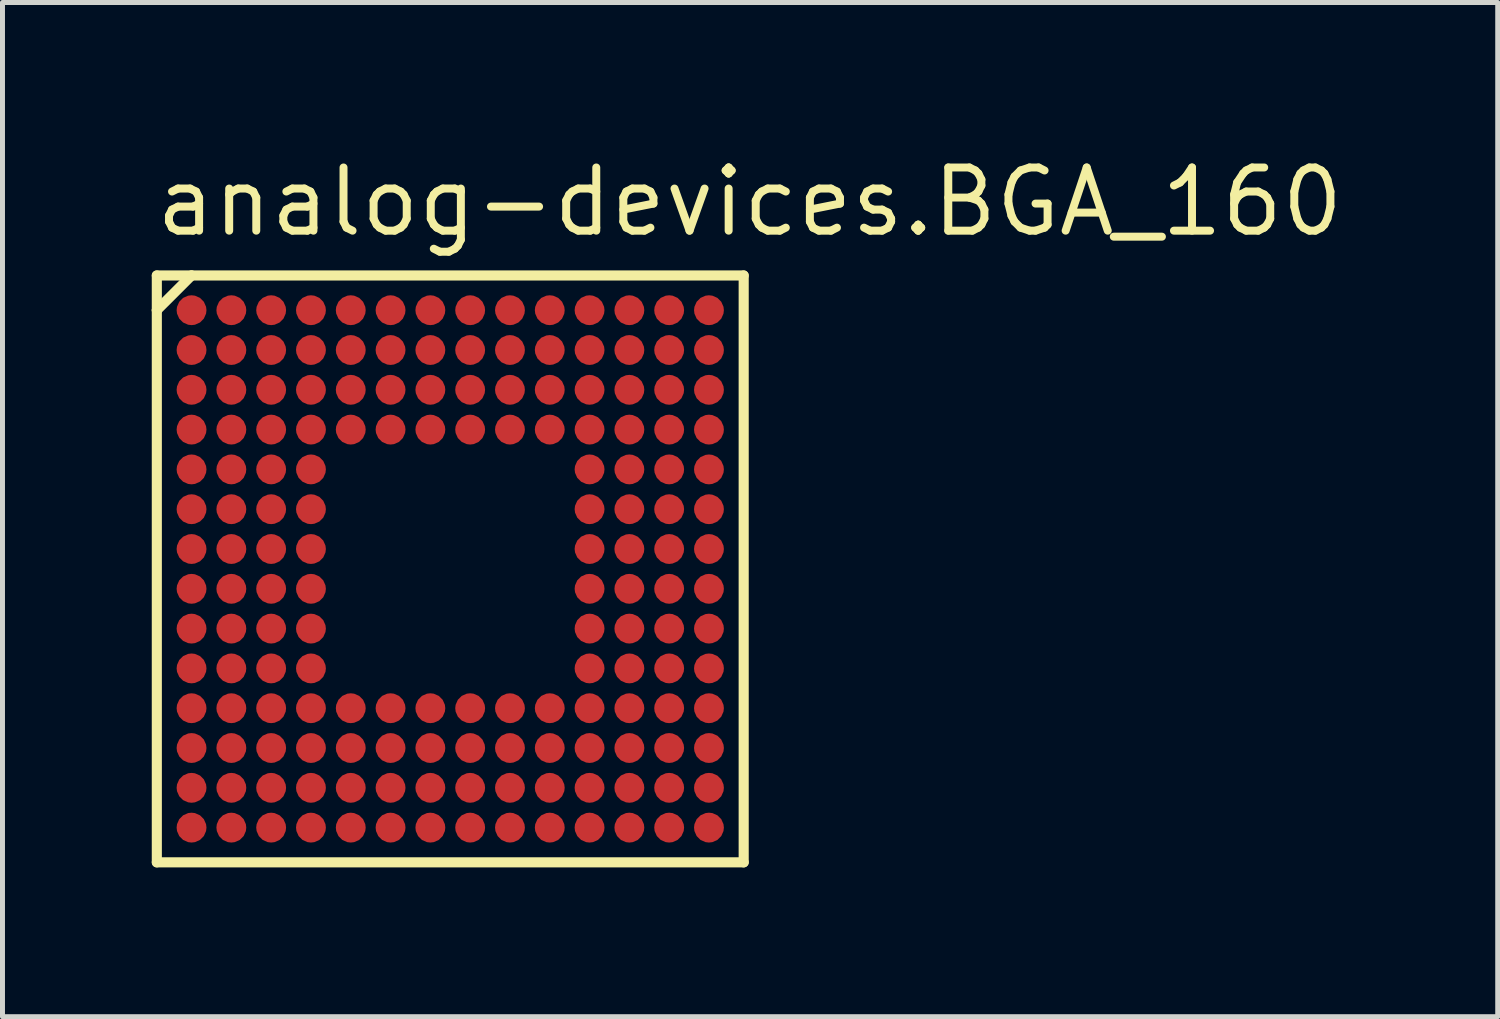
<source format=kicad_pcb>
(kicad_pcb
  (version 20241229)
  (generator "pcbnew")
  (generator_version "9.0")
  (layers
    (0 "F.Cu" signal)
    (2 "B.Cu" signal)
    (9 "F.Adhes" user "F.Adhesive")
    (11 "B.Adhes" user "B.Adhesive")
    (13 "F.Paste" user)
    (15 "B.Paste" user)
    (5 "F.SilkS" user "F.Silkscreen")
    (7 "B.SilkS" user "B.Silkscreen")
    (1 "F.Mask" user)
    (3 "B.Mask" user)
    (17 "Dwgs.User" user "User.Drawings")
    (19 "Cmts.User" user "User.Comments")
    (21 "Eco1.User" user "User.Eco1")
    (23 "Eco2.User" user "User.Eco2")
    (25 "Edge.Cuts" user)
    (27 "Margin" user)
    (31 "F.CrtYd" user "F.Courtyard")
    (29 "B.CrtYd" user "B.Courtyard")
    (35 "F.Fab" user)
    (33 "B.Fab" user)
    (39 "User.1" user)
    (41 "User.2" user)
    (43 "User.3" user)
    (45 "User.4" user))
  (footprint "analog-devices.BGA_160"
    (layer "F.Cu")
    (at 6 8.385)
    (property "Reference" "analog-devices.BGA_160" (at -6 -6.635 0) (layer "F.SilkS") (effects (font (size 1.27 1.27) (thickness 0.16)) (justify left bottom)))
    (attr smd)
    (fp_circle (center -5.2 -5.2) (end -4.9 -5.2) (stroke (width 0.1) (type default)) (fill no) (layer "F.Mask"))
    (fp_circle (center -5.2 -4.4) (end -4.9 -4.4) (stroke (width 0.1) (type default)) (fill no) (layer "F.Mask"))
    (fp_circle (center -5.2 -3.6) (end -4.9 -3.6) (stroke (width 0.1) (type default)) (fill no) (layer "F.Mask"))
    (fp_circle (center -5.2 -2.8) (end -4.9 -2.8) (stroke (width 0.1) (type default)) (fill no) (layer "F.Mask"))
    (fp_circle (center -5.2 -2) (end -4.9 -2) (stroke (width 0.1) (type default)) (fill no) (layer "F.Mask"))
    (fp_circle (center -5.2 -1.2) (end -4.9 -1.2) (stroke (width 0.1) (type default)) (fill no) (layer "F.Mask"))
    (fp_circle (center -5.2 -0.4) (end -4.9 -0.4) (stroke (width 0.1) (type default)) (fill no) (layer "F.Mask"))
    (fp_circle (center -5.2 0.4) (end -4.9 0.4) (stroke (width 0.1) (type default)) (fill no) (layer "F.Mask"))
    (fp_circle (center -5.2 1.2) (end -4.9 1.2) (stroke (width 0.1) (type default)) (fill no) (layer "F.Mask"))
    (fp_circle (center -5.2 2) (end -4.9 2) (stroke (width 0.1) (type default)) (fill no) (layer "F.Mask"))
    (fp_circle (center -5.2 2.8) (end -4.9 2.8) (stroke (width 0.1) (type default)) (fill no) (layer "F.Mask"))
    (fp_circle (center -5.2 3.6) (end -4.9 3.6) (stroke (width 0.1) (type default)) (fill no) (layer "F.Mask"))
    (fp_circle (center -5.2 4.4) (end -4.9 4.4) (stroke (width 0.1) (type default)) (fill no) (layer "F.Mask"))
    (fp_circle (center -5.2 5.2) (end -4.9 5.2) (stroke (width 0.1) (type default)) (fill no) (layer "F.Mask"))
    (fp_circle (center -4.4 -5.2) (end -4.1 -5.2) (stroke (width 0.1) (type default)) (fill no) (layer "F.Mask"))
    (fp_circle (center -4.4 -4.4) (end -4.1 -4.4) (stroke (width 0.1) (type default)) (fill no) (layer "F.Mask"))
    (fp_circle (center -4.4 -3.6) (end -4.1 -3.6) (stroke (width 0.1) (type default)) (fill no) (layer "F.Mask"))
    (fp_circle (center -4.4 -2.8) (end -4.1 -2.8) (stroke (width 0.1) (type default)) (fill no) (layer "F.Mask"))
    (fp_circle (center -4.4 -2) (end -4.1 -2) (stroke (width 0.1) (type default)) (fill no) (layer "F.Mask"))
    (fp_circle (center -4.4 -1.2) (end -4.1 -1.2) (stroke (width 0.1) (type default)) (fill no) (layer "F.Mask"))
    (fp_circle (center -4.4 -0.4) (end -4.1 -0.4) (stroke (width 0.1) (type default)) (fill no) (layer "F.Mask"))
    (fp_circle (center -4.4 0.4) (end -4.1 0.4) (stroke (width 0.1) (type default)) (fill no) (layer "F.Mask"))
    (fp_circle (center -4.4 1.2) (end -4.1 1.2) (stroke (width 0.1) (type default)) (fill no) (layer "F.Mask"))
    (fp_circle (center -4.4 2) (end -4.1 2) (stroke (width 0.1) (type default)) (fill no) (layer "F.Mask"))
    (fp_circle (center -4.4 2.8) (end -4.1 2.8) (stroke (width 0.1) (type default)) (fill no) (layer "F.Mask"))
    (fp_circle (center -4.4 3.6) (end -4.1 3.6) (stroke (width 0.1) (type default)) (fill no) (layer "F.Mask"))
    (fp_circle (center -4.4 4.4) (end -4.1 4.4) (stroke (width 0.1) (type default)) (fill no) (layer "F.Mask"))
    (fp_circle (center -4.4 5.2) (end -4.1 5.2) (stroke (width 0.1) (type default)) (fill no) (layer "F.Mask"))
    (fp_circle (center -3.6 -5.2) (end -3.3 -5.2) (stroke (width 0.1) (type default)) (fill no) (layer "F.Mask"))
    (fp_circle (center -3.6 -4.4) (end -3.3 -4.4) (stroke (width 0.1) (type default)) (fill no) (layer "F.Mask"))
    (fp_circle (center -3.6 -3.6) (end -3.3 -3.6) (stroke (width 0.1) (type default)) (fill no) (layer "F.Mask"))
    (fp_circle (center -3.6 -2.8) (end -3.3 -2.8) (stroke (width 0.1) (type default)) (fill no) (layer "F.Mask"))
    (fp_circle (center -3.6 -2) (end -3.3 -2) (stroke (width 0.1) (type default)) (fill no) (layer "F.Mask"))
    (fp_circle (center -3.6 -1.2) (end -3.3 -1.2) (stroke (width 0.1) (type default)) (fill no) (layer "F.Mask"))
    (fp_circle (center -3.6 -0.4) (end -3.3 -0.4) (stroke (width 0.1) (type default)) (fill no) (layer "F.Mask"))
    (fp_circle (center -3.6 0.4) (end -3.3 0.4) (stroke (width 0.1) (type default)) (fill no) (layer "F.Mask"))
    (fp_circle (center -3.6 1.2) (end -3.3 1.2) (stroke (width 0.1) (type default)) (fill no) (layer "F.Mask"))
    (fp_circle (center -3.6 2) (end -3.3 2) (stroke (width 0.1) (type default)) (fill no) (layer "F.Mask"))
    (fp_circle (center -3.6 2.8) (end -3.3 2.8) (stroke (width 0.1) (type default)) (fill no) (layer "F.Mask"))
    (fp_circle (center -3.6 3.6) (end -3.3 3.6) (stroke (width 0.1) (type default)) (fill no) (layer "F.Mask"))
    (fp_circle (center -3.6 4.4) (end -3.3 4.4) (stroke (width 0.1) (type default)) (fill no) (layer "F.Mask"))
    (fp_circle (center -3.6 5.2) (end -3.3 5.2) (stroke (width 0.1) (type default)) (fill no) (layer "F.Mask"))
    (fp_circle (center -2.8 -5.2) (end -2.5 -5.2) (stroke (width 0.1) (type default)) (fill no) (layer "F.Mask"))
    (fp_circle (center -2.8 -4.4) (end -2.5 -4.4) (stroke (width 0.1) (type default)) (fill no) (layer "F.Mask"))
    (fp_circle (center -2.8 -3.6) (end -2.5 -3.6) (stroke (width 0.1) (type default)) (fill no) (layer "F.Mask"))
    (fp_circle (center -2.8 -2.8) (end -2.5 -2.8) (stroke (width 0.1) (type default)) (fill no) (layer "F.Mask"))
    (fp_circle (center -2.8 -2) (end -2.5 -2) (stroke (width 0.1) (type default)) (fill no) (layer "F.Mask"))
    (fp_circle (center -2.8 -1.2) (end -2.5 -1.2) (stroke (width 0.1) (type default)) (fill no) (layer "F.Mask"))
    (fp_circle (center -2.8 -0.4) (end -2.5 -0.4) (stroke (width 0.1) (type default)) (fill no) (layer "F.Mask"))
    (fp_circle (center -2.8 0.4) (end -2.5 0.4) (stroke (width 0.1) (type default)) (fill no) (layer "F.Mask"))
    (fp_circle (center -2.8 1.2) (end -2.5 1.2) (stroke (width 0.1) (type default)) (fill no) (layer "F.Mask"))
    (fp_circle (center -2.8 2) (end -2.5 2) (stroke (width 0.1) (type default)) (fill no) (layer "F.Mask"))
    (fp_circle (center -2.8 2.8) (end -2.5 2.8) (stroke (width 0.1) (type default)) (fill no) (layer "F.Mask"))
    (fp_circle (center -2.8 3.6) (end -2.5 3.6) (stroke (width 0.1) (type default)) (fill no) (layer "F.Mask"))
    (fp_circle (center -2.8 4.4) (end -2.5 4.4) (stroke (width 0.1) (type default)) (fill no) (layer "F.Mask"))
    (fp_circle (center -2.8 5.2) (end -2.5 5.2) (stroke (width 0.1) (type default)) (fill no) (layer "F.Mask"))
    (fp_circle (center -2 -5.2) (end -1.7 -5.2) (stroke (width 0.1) (type default)) (fill no) (layer "F.Mask"))
    (fp_circle (center -2 -4.4) (end -1.7 -4.4) (stroke (width 0.1) (type default)) (fill no) (layer "F.Mask"))
    (fp_circle (center -2 -3.6) (end -1.7 -3.6) (stroke (width 0.1) (type default)) (fill no) (layer "F.Mask"))
    (fp_circle (center -2 -2.8) (end -1.7 -2.8) (stroke (width 0.1) (type default)) (fill no) (layer "F.Mask"))
    (fp_circle (center -2 2.8) (end -1.7 2.8) (stroke (width 0.1) (type default)) (fill no) (layer "F.Mask"))
    (fp_circle (center -2 3.6) (end -1.7 3.6) (stroke (width 0.1) (type default)) (fill no) (layer "F.Mask"))
    (fp_circle (center -2 4.4) (end -1.7 4.4) (stroke (width 0.1) (type default)) (fill no) (layer "F.Mask"))
    (fp_circle (center -2 5.2) (end -1.7 5.2) (stroke (width 0.1) (type default)) (fill no) (layer "F.Mask"))
    (fp_circle (center -1.2 -5.2) (end -0.9 -5.2) (stroke (width 0.1) (type default)) (fill no) (layer "F.Mask"))
    (fp_circle (center -1.2 -4.4) (end -0.9 -4.4) (stroke (width 0.1) (type default)) (fill no) (layer "F.Mask"))
    (fp_circle (center -1.2 -3.6) (end -0.9 -3.6) (stroke (width 0.1) (type default)) (fill no) (layer "F.Mask"))
    (fp_circle (center -1.2 -2.8) (end -0.9 -2.8) (stroke (width 0.1) (type default)) (fill no) (layer "F.Mask"))
    (fp_circle (center -1.2 2.8) (end -0.9 2.8) (stroke (width 0.1) (type default)) (fill no) (layer "F.Mask"))
    (fp_circle (center -1.2 3.6) (end -0.9 3.6) (stroke (width 0.1) (type default)) (fill no) (layer "F.Mask"))
    (fp_circle (center -1.2 4.4) (end -0.9 4.4) (stroke (width 0.1) (type default)) (fill no) (layer "F.Mask"))
    (fp_circle (center -1.2 5.2) (end -0.9 5.2) (stroke (width 0.1) (type default)) (fill no) (layer "F.Mask"))
    (fp_circle (center -0.4 -5.2) (end -0.1 -5.2) (stroke (width 0.1) (type default)) (fill no) (layer "F.Mask"))
    (fp_circle (center -0.4 -4.4) (end -0.1 -4.4) (stroke (width 0.1) (type default)) (fill no) (layer "F.Mask"))
    (fp_circle (center -0.4 -3.6) (end -0.1 -3.6) (stroke (width 0.1) (type default)) (fill no) (layer "F.Mask"))
    (fp_circle (center -0.4 -2.8) (end -0.1 -2.8) (stroke (width 0.1) (type default)) (fill no) (layer "F.Mask"))
    (fp_circle (center -0.4 2.8) (end -0.1 2.8) (stroke (width 0.1) (type default)) (fill no) (layer "F.Mask"))
    (fp_circle (center -0.4 3.6) (end -0.1 3.6) (stroke (width 0.1) (type default)) (fill no) (layer "F.Mask"))
    (fp_circle (center -0.4 4.4) (end -0.1 4.4) (stroke (width 0.1) (type default)) (fill no) (layer "F.Mask"))
    (fp_circle (center -0.4 5.2) (end -0.1 5.2) (stroke (width 0.1) (type default)) (fill no) (layer "F.Mask"))
    (fp_circle (center 0.4 -5.2) (end 0.7 -5.2) (stroke (width 0.1) (type default)) (fill no) (layer "F.Mask"))
    (fp_circle (center 0.4 -4.4) (end 0.7 -4.4) (stroke (width 0.1) (type default)) (fill no) (layer "F.Mask"))
    (fp_circle (center 0.4 -3.6) (end 0.7 -3.6) (stroke (width 0.1) (type default)) (fill no) (layer "F.Mask"))
    (fp_circle (center 0.4 -2.8) (end 0.7 -2.8) (stroke (width 0.1) (type default)) (fill no) (layer "F.Mask"))
    (fp_circle (center 0.4 2.8) (end 0.7 2.8) (stroke (width 0.1) (type default)) (fill no) (layer "F.Mask"))
    (fp_circle (center 0.4 3.6) (end 0.7 3.6) (stroke (width 0.1) (type default)) (fill no) (layer "F.Mask"))
    (fp_circle (center 0.4 4.4) (end 0.7 4.4) (stroke (width 0.1) (type default)) (fill no) (layer "F.Mask"))
    (fp_circle (center 0.4 5.2) (end 0.7 5.2) (stroke (width 0.1) (type default)) (fill no) (layer "F.Mask"))
    (fp_circle (center 1.2 -5.2) (end 1.5 -5.2) (stroke (width 0.1) (type default)) (fill no) (layer "F.Mask"))
    (fp_circle (center 1.2 -4.4) (end 1.5 -4.4) (stroke (width 0.1) (type default)) (fill no) (layer "F.Mask"))
    (fp_circle (center 1.2 -3.6) (end 1.5 -3.6) (stroke (width 0.1) (type default)) (fill no) (layer "F.Mask"))
    (fp_circle (center 1.2 -2.8) (end 1.5 -2.8) (stroke (width 0.1) (type default)) (fill no) (layer "F.Mask"))
    (fp_circle (center 1.2 2.8) (end 1.5 2.8) (stroke (width 0.1) (type default)) (fill no) (layer "F.Mask"))
    (fp_circle (center 1.2 3.6) (end 1.5 3.6) (stroke (width 0.1) (type default)) (fill no) (layer "F.Mask"))
    (fp_circle (center 1.2 4.4) (end 1.5 4.4) (stroke (width 0.1) (type default)) (fill no) (layer "F.Mask"))
    (fp_circle (center 1.2 5.2) (end 1.5 5.2) (stroke (width 0.1) (type default)) (fill no) (layer "F.Mask"))
    (fp_circle (center 2 -5.2) (end 2.3 -5.2) (stroke (width 0.1) (type default)) (fill no) (layer "F.Mask"))
    (fp_circle (center 2 -4.4) (end 2.3 -4.4) (stroke (width 0.1) (type default)) (fill no) (layer "F.Mask"))
    (fp_circle (center 2 -3.6) (end 2.3 -3.6) (stroke (width 0.1) (type default)) (fill no) (layer "F.Mask"))
    (fp_circle (center 2 -2.8) (end 2.3 -2.8) (stroke (width 0.1) (type default)) (fill no) (layer "F.Mask"))
    (fp_circle (center 2 2.8) (end 2.3 2.8) (stroke (width 0.1) (type default)) (fill no) (layer "F.Mask"))
    (fp_circle (center 2 3.6) (end 2.3 3.6) (stroke (width 0.1) (type default)) (fill no) (layer "F.Mask"))
    (fp_circle (center 2 4.4) (end 2.3 4.4) (stroke (width 0.1) (type default)) (fill no) (layer "F.Mask"))
    (fp_circle (center 2 5.2) (end 2.3 5.2) (stroke (width 0.1) (type default)) (fill no) (layer "F.Mask"))
    (fp_circle (center 2.8 -5.2) (end 3.1 -5.2) (stroke (width 0.1) (type default)) (fill no) (layer "F.Mask"))
    (fp_circle (center 2.8 -4.4) (end 3.1 -4.4) (stroke (width 0.1) (type default)) (fill no) (layer "F.Mask"))
    (fp_circle (center 2.8 -3.6) (end 3.1 -3.6) (stroke (width 0.1) (type default)) (fill no) (layer "F.Mask"))
    (fp_circle (center 2.8 -2.8) (end 3.1 -2.8) (stroke (width 0.1) (type default)) (fill no) (layer "F.Mask"))
    (fp_circle (center 2.8 -2) (end 3.1 -2) (stroke (width 0.1) (type default)) (fill no) (layer "F.Mask"))
    (fp_circle (center 2.8 -1.2) (end 3.1 -1.2) (stroke (width 0.1) (type default)) (fill no) (layer "F.Mask"))
    (fp_circle (center 2.8 -0.4) (end 3.1 -0.4) (stroke (width 0.1) (type default)) (fill no) (layer "F.Mask"))
    (fp_circle (center 2.8 0.4) (end 3.1 0.4) (stroke (width 0.1) (type default)) (fill no) (layer "F.Mask"))
    (fp_circle (center 2.8 1.2) (end 3.1 1.2) (stroke (width 0.1) (type default)) (fill no) (layer "F.Mask"))
    (fp_circle (center 2.8 2) (end 3.1 2) (stroke (width 0.1) (type default)) (fill no) (layer "F.Mask"))
    (fp_circle (center 2.8 2.8) (end 3.1 2.8) (stroke (width 0.1) (type default)) (fill no) (layer "F.Mask"))
    (fp_circle (center 2.8 3.6) (end 3.1 3.6) (stroke (width 0.1) (type default)) (fill no) (layer "F.Mask"))
    (fp_circle (center 2.8 4.4) (end 3.1 4.4) (stroke (width 0.1) (type default)) (fill no) (layer "F.Mask"))
    (fp_circle (center 2.8 5.2) (end 3.1 5.2) (stroke (width 0.1) (type default)) (fill no) (layer "F.Mask"))
    (fp_circle (center 3.6 -5.2) (end 3.9 -5.2) (stroke (width 0.1) (type default)) (fill no) (layer "F.Mask"))
    (fp_circle (center 3.6 -4.4) (end 3.9 -4.4) (stroke (width 0.1) (type default)) (fill no) (layer "F.Mask"))
    (fp_circle (center 3.6 -3.6) (end 3.9 -3.6) (stroke (width 0.1) (type default)) (fill no) (layer "F.Mask"))
    (fp_circle (center 3.6 -2.8) (end 3.9 -2.8) (stroke (width 0.1) (type default)) (fill no) (layer "F.Mask"))
    (fp_circle (center 3.6 -2) (end 3.9 -2) (stroke (width 0.1) (type default)) (fill no) (layer "F.Mask"))
    (fp_circle (center 3.6 -1.2) (end 3.9 -1.2) (stroke (width 0.1) (type default)) (fill no) (layer "F.Mask"))
    (fp_circle (center 3.6 -0.4) (end 3.9 -0.4) (stroke (width 0.1) (type default)) (fill no) (layer "F.Mask"))
    (fp_circle (center 3.6 0.4) (end 3.9 0.4) (stroke (width 0.1) (type default)) (fill no) (layer "F.Mask"))
    (fp_circle (center 3.6 1.2) (end 3.9 1.2) (stroke (width 0.1) (type default)) (fill no) (layer "F.Mask"))
    (fp_circle (center 3.6 2) (end 3.9 2) (stroke (width 0.1) (type default)) (fill no) (layer "F.Mask"))
    (fp_circle (center 3.6 2.8) (end 3.9 2.8) (stroke (width 0.1) (type default)) (fill no) (layer "F.Mask"))
    (fp_circle (center 3.6 3.6) (end 3.9 3.6) (stroke (width 0.1) (type default)) (fill no) (layer "F.Mask"))
    (fp_circle (center 3.6 4.4) (end 3.9 4.4) (stroke (width 0.1) (type default)) (fill no) (layer "F.Mask"))
    (fp_circle (center 3.6 5.2) (end 3.9 5.2) (stroke (width 0.1) (type default)) (fill no) (layer "F.Mask"))
    (fp_circle (center 4.4 -5.2) (end 4.7 -5.2) (stroke (width 0.1) (type default)) (fill no) (layer "F.Mask"))
    (fp_circle (center 4.4 -4.4) (end 4.7 -4.4) (stroke (width 0.1) (type default)) (fill no) (layer "F.Mask"))
    (fp_circle (center 4.4 -3.6) (end 4.7 -3.6) (stroke (width 0.1) (type default)) (fill no) (layer "F.Mask"))
    (fp_circle (center 4.4 -2.8) (end 4.7 -2.8) (stroke (width 0.1) (type default)) (fill no) (layer "F.Mask"))
    (fp_circle (center 4.4 -2) (end 4.7 -2) (stroke (width 0.1) (type default)) (fill no) (layer "F.Mask"))
    (fp_circle (center 4.4 -1.2) (end 4.7 -1.2) (stroke (width 0.1) (type default)) (fill no) (layer "F.Mask"))
    (fp_circle (center 4.4 -0.4) (end 4.7 -0.4) (stroke (width 0.1) (type default)) (fill no) (layer "F.Mask"))
    (fp_circle (center 4.4 0.4) (end 4.7 0.4) (stroke (width 0.1) (type default)) (fill no) (layer "F.Mask"))
    (fp_circle (center 4.4 1.2) (end 4.7 1.2) (stroke (width 0.1) (type default)) (fill no) (layer "F.Mask"))
    (fp_circle (center 4.4 2) (end 4.7 2) (stroke (width 0.1) (type default)) (fill no) (layer "F.Mask"))
    (fp_circle (center 4.4 2.8) (end 4.7 2.8) (stroke (width 0.1) (type default)) (fill no) (layer "F.Mask"))
    (fp_circle (center 4.4 3.6) (end 4.7 3.6) (stroke (width 0.1) (type default)) (fill no) (layer "F.Mask"))
    (fp_circle (center 4.4 4.4) (end 4.7 4.4) (stroke (width 0.1) (type default)) (fill no) (layer "F.Mask"))
    (fp_circle (center 4.4 5.2) (end 4.7 5.2) (stroke (width 0.1) (type default)) (fill no) (layer "F.Mask"))
    (fp_circle (center 5.2 -5.2) (end 5.5 -5.2) (stroke (width 0.1) (type default)) (fill no) (layer "F.Mask"))
    (fp_circle (center 5.2 -4.4) (end 5.5 -4.4) (stroke (width 0.1) (type default)) (fill no) (layer "F.Mask"))
    (fp_circle (center 5.2 -3.6) (end 5.5 -3.6) (stroke (width 0.1) (type default)) (fill no) (layer "F.Mask"))
    (fp_circle (center 5.2 -2.8) (end 5.5 -2.8) (stroke (width 0.1) (type default)) (fill no) (layer "F.Mask"))
    (fp_circle (center 5.2 -2) (end 5.5 -2) (stroke (width 0.1) (type default)) (fill no) (layer "F.Mask"))
    (fp_circle (center 5.2 -1.2) (end 5.5 -1.2) (stroke (width 0.1) (type default)) (fill no) (layer "F.Mask"))
    (fp_circle (center 5.2 -0.4) (end 5.5 -0.4) (stroke (width 0.1) (type default)) (fill no) (layer "F.Mask"))
    (fp_circle (center 5.2 0.4) (end 5.5 0.4) (stroke (width 0.1) (type default)) (fill no) (layer "F.Mask"))
    (fp_circle (center 5.2 1.2) (end 5.5 1.2) (stroke (width 0.1) (type default)) (fill no) (layer "F.Mask"))
    (fp_circle (center 5.2 2) (end 5.5 2) (stroke (width 0.1) (type default)) (fill no) (layer "F.Mask"))
    (fp_circle (center 5.2 2.8) (end 5.5 2.8) (stroke (width 0.1) (type default)) (fill no) (layer "F.Mask"))
    (fp_circle (center 5.2 3.6) (end 5.5 3.6) (stroke (width 0.1) (type default)) (fill no) (layer "F.Mask"))
    (fp_circle (center 5.2 4.4) (end 5.5 4.4) (stroke (width 0.1) (type default)) (fill no) (layer "F.Mask"))
    (fp_circle (center 5.2 5.2) (end 5.5 5.2) (stroke (width 0.1) (type default)) (fill no) (layer "F.Mask"))
    (fp_line (start -5.898 -5.898) (end -5.898 -5.2) (stroke (width 0.203) (type default)) (layer "F.SilkS"))
    (fp_line (start -5.898 -5.2) (end -5.898 5.898) (stroke (width 0.203) (type default)) (layer "F.SilkS"))
    (fp_line (start -5.898 -5.2) (end -5.2 -5.898) (stroke (width 0.203) (type default)) (layer "F.SilkS"))
    (fp_line (start -5.898 5.898) (end 5.898 5.898) (stroke (width 0.203) (type default)) (layer "F.SilkS"))
    (fp_line (start -5.2 -5.898) (end -5.898 -5.898) (stroke (width 0.203) (type default)) (layer "F.SilkS"))
    (fp_line (start 5.898 -5.898) (end -5.2 -5.898) (stroke (width 0.203) (type default)) (layer "F.SilkS"))
    (fp_line (start 5.898 5.898) (end 5.898 -5.898) (stroke (width 0.203) (type default)) (layer "F.SilkS"))
    (pad "A1" smd roundrect (at -5.2 -5.2) (size 0.6 0.6) (layers "F.Cu" "F.Mask" "F.Paste") (roundrect_rratio 0.5))
    (pad "A2" smd roundrect (at -4.4 -5.2) (size 0.6 0.6) (layers "F.Cu" "F.Mask" "F.Paste") (roundrect_rratio 0.5))
    (pad "A3" smd roundrect (at -3.6 -5.2) (size 0.6 0.6) (layers "F.Cu" "F.Mask" "F.Paste") (roundrect_rratio 0.5))
    (pad "A4" smd roundrect (at -2.8 -5.2) (size 0.6 0.6) (layers "F.Cu" "F.Mask" "F.Paste") (roundrect_rratio 0.5))
    (pad "A5" smd roundrect (at -2 -5.2) (size 0.6 0.6) (layers "F.Cu" "F.Mask" "F.Paste") (roundrect_rratio 0.5))
    (pad "A6" smd roundrect (at -1.2 -5.2) (size 0.6 0.6) (layers "F.Cu" "F.Mask" "F.Paste") (roundrect_rratio 0.5))
    (pad "A7" smd roundrect (at -0.4 -5.2) (size 0.6 0.6) (layers "F.Cu" "F.Mask" "F.Paste") (roundrect_rratio 0.5))
    (pad "A8" smd roundrect (at 0.4 -5.2) (size 0.6 0.6) (layers "F.Cu" "F.Mask" "F.Paste") (roundrect_rratio 0.5))
    (pad "A9" smd roundrect (at 1.2 -5.2) (size 0.6 0.6) (layers "F.Cu" "F.Mask" "F.Paste") (roundrect_rratio 0.5))
    (pad "A10" smd roundrect (at 2 -5.2) (size 0.6 0.6) (layers "F.Cu" "F.Mask" "F.Paste") (roundrect_rratio 0.5))
    (pad "A11" smd roundrect (at 2.8 -5.2) (size 0.6 0.6) (layers "F.Cu" "F.Mask" "F.Paste") (roundrect_rratio 0.5))
    (pad "A12" smd roundrect (at 3.6 -5.2) (size 0.6 0.6) (layers "F.Cu" "F.Mask" "F.Paste") (roundrect_rratio 0.5))
    (pad "A13" smd roundrect (at 4.4 -5.2) (size 0.6 0.6) (layers "F.Cu" "F.Mask" "F.Paste") (roundrect_rratio 0.5))
    (pad "A14" smd roundrect (at 5.2 -5.2) (size 0.6 0.6) (layers "F.Cu" "F.Mask" "F.Paste") (roundrect_rratio 0.5))
    (pad "B1" smd roundrect (at -5.2 -4.4) (size 0.6 0.6) (layers "F.Cu" "F.Mask" "F.Paste") (roundrect_rratio 0.5))
    (pad "B2" smd roundrect (at -4.4 -4.4) (size 0.6 0.6) (layers "F.Cu" "F.Mask" "F.Paste") (roundrect_rratio 0.5))
    (pad "B3" smd roundrect (at -3.6 -4.4) (size 0.6 0.6) (layers "F.Cu" "F.Mask" "F.Paste") (roundrect_rratio 0.5))
    (pad "B4" smd roundrect (at -2.8 -4.4) (size 0.6 0.6) (layers "F.Cu" "F.Mask" "F.Paste") (roundrect_rratio 0.5))
    (pad "B5" smd roundrect (at -2 -4.4) (size 0.6 0.6) (layers "F.Cu" "F.Mask" "F.Paste") (roundrect_rratio 0.5))
    (pad "B6" smd roundrect (at -1.2 -4.4) (size 0.6 0.6) (layers "F.Cu" "F.Mask" "F.Paste") (roundrect_rratio 0.5))
    (pad "B7" smd roundrect (at -0.4 -4.4) (size 0.6 0.6) (layers "F.Cu" "F.Mask" "F.Paste") (roundrect_rratio 0.5))
    (pad "B8" smd roundrect (at 0.4 -4.4) (size 0.6 0.6) (layers "F.Cu" "F.Mask" "F.Paste") (roundrect_rratio 0.5))
    (pad "B9" smd roundrect (at 1.2 -4.4) (size 0.6 0.6) (layers "F.Cu" "F.Mask" "F.Paste") (roundrect_rratio 0.5))
    (pad "B10" smd roundrect (at 2 -4.4) (size 0.6 0.6) (layers "F.Cu" "F.Mask" "F.Paste") (roundrect_rratio 0.5))
    (pad "B11" smd roundrect (at 2.8 -4.4) (size 0.6 0.6) (layers "F.Cu" "F.Mask" "F.Paste") (roundrect_rratio 0.5))
    (pad "B12" smd roundrect (at 3.6 -4.4) (size 0.6 0.6) (layers "F.Cu" "F.Mask" "F.Paste") (roundrect_rratio 0.5))
    (pad "B13" smd roundrect (at 4.4 -4.4) (size 0.6 0.6) (layers "F.Cu" "F.Mask" "F.Paste") (roundrect_rratio 0.5))
    (pad "B14" smd roundrect (at 5.2 -4.4) (size 0.6 0.6) (layers "F.Cu" "F.Mask" "F.Paste") (roundrect_rratio 0.5))
    (pad "C1" smd roundrect (at -5.2 -3.6) (size 0.6 0.6) (layers "F.Cu" "F.Mask" "F.Paste") (roundrect_rratio 0.5))
    (pad "C2" smd roundrect (at -4.4 -3.6) (size 0.6 0.6) (layers "F.Cu" "F.Mask" "F.Paste") (roundrect_rratio 0.5))
    (pad "C3" smd roundrect (at -3.6 -3.6) (size 0.6 0.6) (layers "F.Cu" "F.Mask" "F.Paste") (roundrect_rratio 0.5))
    (pad "C4" smd roundrect (at -2.8 -3.6) (size 0.6 0.6) (layers "F.Cu" "F.Mask" "F.Paste") (roundrect_rratio 0.5))
    (pad "C5" smd roundrect (at -2 -3.6) (size 0.6 0.6) (layers "F.Cu" "F.Mask" "F.Paste") (roundrect_rratio 0.5))
    (pad "C6" smd roundrect (at -1.2 -3.6) (size 0.6 0.6) (layers "F.Cu" "F.Mask" "F.Paste") (roundrect_rratio 0.5))
    (pad "C7" smd roundrect (at -0.4 -3.6) (size 0.6 0.6) (layers "F.Cu" "F.Mask" "F.Paste") (roundrect_rratio 0.5))
    (pad "C8" smd roundrect (at 0.4 -3.6) (size 0.6 0.6) (layers "F.Cu" "F.Mask" "F.Paste") (roundrect_rratio 0.5))
    (pad "C9" smd roundrect (at 1.2 -3.6) (size 0.6 0.6) (layers "F.Cu" "F.Mask" "F.Paste") (roundrect_rratio 0.5))
    (pad "C10" smd roundrect (at 2 -3.6) (size 0.6 0.6) (layers "F.Cu" "F.Mask" "F.Paste") (roundrect_rratio 0.5))
    (pad "C11" smd roundrect (at 2.8 -3.6) (size 0.6 0.6) (layers "F.Cu" "F.Mask" "F.Paste") (roundrect_rratio 0.5))
    (pad "C12" smd roundrect (at 3.6 -3.6) (size 0.6 0.6) (layers "F.Cu" "F.Mask" "F.Paste") (roundrect_rratio 0.5))
    (pad "C13" smd roundrect (at 4.4 -3.6) (size 0.6 0.6) (layers "F.Cu" "F.Mask" "F.Paste") (roundrect_rratio 0.5))
    (pad "C14" smd roundrect (at 5.2 -3.6) (size 0.6 0.6) (layers "F.Cu" "F.Mask" "F.Paste") (roundrect_rratio 0.5))
    (pad "D1" smd roundrect (at -5.2 -2.8) (size 0.6 0.6) (layers "F.Cu" "F.Mask" "F.Paste") (roundrect_rratio 0.5))
    (pad "D2" smd roundrect (at -4.4 -2.8) (size 0.6 0.6) (layers "F.Cu" "F.Mask" "F.Paste") (roundrect_rratio 0.5))
    (pad "D3" smd roundrect (at -3.6 -2.8) (size 0.6 0.6) (layers "F.Cu" "F.Mask" "F.Paste") (roundrect_rratio 0.5))
    (pad "D4" smd roundrect (at -2.8 -2.8) (size 0.6 0.6) (layers "F.Cu" "F.Mask" "F.Paste") (roundrect_rratio 0.5))
    (pad "D5" smd roundrect (at -2 -2.8) (size 0.6 0.6) (layers "F.Cu" "F.Mask" "F.Paste") (roundrect_rratio 0.5))
    (pad "D6" smd roundrect (at -1.2 -2.8) (size 0.6 0.6) (layers "F.Cu" "F.Mask" "F.Paste") (roundrect_rratio 0.5))
    (pad "D7" smd roundrect (at -0.4 -2.8) (size 0.6 0.6) (layers "F.Cu" "F.Mask" "F.Paste") (roundrect_rratio 0.5))
    (pad "D8" smd roundrect (at 0.4 -2.8) (size 0.6 0.6) (layers "F.Cu" "F.Mask" "F.Paste") (roundrect_rratio 0.5))
    (pad "D9" smd roundrect (at 1.2 -2.8) (size 0.6 0.6) (layers "F.Cu" "F.Mask" "F.Paste") (roundrect_rratio 0.5))
    (pad "D10" smd roundrect (at 2 -2.8) (size 0.6 0.6) (layers "F.Cu" "F.Mask" "F.Paste") (roundrect_rratio 0.5))
    (pad "D11" smd roundrect (at 2.8 -2.8) (size 0.6 0.6) (layers "F.Cu" "F.Mask" "F.Paste") (roundrect_rratio 0.5))
    (pad "D12" smd roundrect (at 3.6 -2.8) (size 0.6 0.6) (layers "F.Cu" "F.Mask" "F.Paste") (roundrect_rratio 0.5))
    (pad "D13" smd roundrect (at 4.4 -2.8) (size 0.6 0.6) (layers "F.Cu" "F.Mask" "F.Paste") (roundrect_rratio 0.5))
    (pad "D14" smd roundrect (at 5.2 -2.8) (size 0.6 0.6) (layers "F.Cu" "F.Mask" "F.Paste") (roundrect_rratio 0.5))
    (pad "E1" smd roundrect (at -5.2 -2) (size 0.6 0.6) (layers "F.Cu" "F.Mask" "F.Paste") (roundrect_rratio 0.5))
    (pad "E2" smd roundrect (at -4.4 -2) (size 0.6 0.6) (layers "F.Cu" "F.Mask" "F.Paste") (roundrect_rratio 0.5))
    (pad "E3" smd roundrect (at -3.6 -2) (size 0.6 0.6) (layers "F.Cu" "F.Mask" "F.Paste") (roundrect_rratio 0.5))
    (pad "E4" smd roundrect (at -2.8 -2) (size 0.6 0.6) (layers "F.Cu" "F.Mask" "F.Paste") (roundrect_rratio 0.5))
    (pad "E11" smd roundrect (at 2.8 -2) (size 0.6 0.6) (layers "F.Cu" "F.Mask" "F.Paste") (roundrect_rratio 0.5))
    (pad "E12" smd roundrect (at 3.6 -2) (size 0.6 0.6) (layers "F.Cu" "F.Mask" "F.Paste") (roundrect_rratio 0.5))
    (pad "E13" smd roundrect (at 4.4 -2) (size 0.6 0.6) (layers "F.Cu" "F.Mask" "F.Paste") (roundrect_rratio 0.5))
    (pad "E14" smd roundrect (at 5.2 -2) (size 0.6 0.6) (layers "F.Cu" "F.Mask" "F.Paste") (roundrect_rratio 0.5))
    (pad "F1" smd roundrect (at -5.2 -1.2) (size 0.6 0.6) (layers "F.Cu" "F.Mask" "F.Paste") (roundrect_rratio 0.5))
    (pad "F2" smd roundrect (at -4.4 -1.2) (size 0.6 0.6) (layers "F.Cu" "F.Mask" "F.Paste") (roundrect_rratio 0.5))
    (pad "F3" smd roundrect (at -3.6 -1.2) (size 0.6 0.6) (layers "F.Cu" "F.Mask" "F.Paste") (roundrect_rratio 0.5))
    (pad "F4" smd roundrect (at -2.8 -1.2) (size 0.6 0.6) (layers "F.Cu" "F.Mask" "F.Paste") (roundrect_rratio 0.5))
    (pad "F11" smd roundrect (at 2.8 -1.2) (size 0.6 0.6) (layers "F.Cu" "F.Mask" "F.Paste") (roundrect_rratio 0.5))
    (pad "F12" smd roundrect (at 3.6 -1.2) (size 0.6 0.6) (layers "F.Cu" "F.Mask" "F.Paste") (roundrect_rratio 0.5))
    (pad "F13" smd roundrect (at 4.4 -1.2) (size 0.6 0.6) (layers "F.Cu" "F.Mask" "F.Paste") (roundrect_rratio 0.5))
    (pad "F14" smd roundrect (at 5.2 -1.2) (size 0.6 0.6) (layers "F.Cu" "F.Mask" "F.Paste") (roundrect_rratio 0.5))
    (pad "G1" smd roundrect (at -5.2 -0.4) (size 0.6 0.6) (layers "F.Cu" "F.Mask" "F.Paste") (roundrect_rratio 0.5))
    (pad "G2" smd roundrect (at -4.4 -0.4) (size 0.6 0.6) (layers "F.Cu" "F.Mask" "F.Paste") (roundrect_rratio 0.5))
    (pad "G3" smd roundrect (at -3.6 -0.4) (size 0.6 0.6) (layers "F.Cu" "F.Mask" "F.Paste") (roundrect_rratio 0.5))
    (pad "G4" smd roundrect (at -2.8 -0.4) (size 0.6 0.6) (layers "F.Cu" "F.Mask" "F.Paste") (roundrect_rratio 0.5))
    (pad "G11" smd roundrect (at 2.8 -0.4) (size 0.6 0.6) (layers "F.Cu" "F.Mask" "F.Paste") (roundrect_rratio 0.5))
    (pad "G12" smd roundrect (at 3.6 -0.4) (size 0.6 0.6) (layers "F.Cu" "F.Mask" "F.Paste") (roundrect_rratio 0.5))
    (pad "G13" smd roundrect (at 4.4 -0.4) (size 0.6 0.6) (layers "F.Cu" "F.Mask" "F.Paste") (roundrect_rratio 0.5))
    (pad "G14" smd roundrect (at 5.2 -0.4) (size 0.6 0.6) (layers "F.Cu" "F.Mask" "F.Paste") (roundrect_rratio 0.5))
    (pad "H1" smd roundrect (at -5.2 0.4) (size 0.6 0.6) (layers "F.Cu" "F.Mask" "F.Paste") (roundrect_rratio 0.5))
    (pad "H2" smd roundrect (at -4.4 0.4) (size 0.6 0.6) (layers "F.Cu" "F.Mask" "F.Paste") (roundrect_rratio 0.5))
    (pad "H3" smd roundrect (at -3.6 0.4) (size 0.6 0.6) (layers "F.Cu" "F.Mask" "F.Paste") (roundrect_rratio 0.5))
    (pad "H4" smd roundrect (at -2.8 0.4) (size 0.6 0.6) (layers "F.Cu" "F.Mask" "F.Paste") (roundrect_rratio 0.5))
    (pad "H11" smd roundrect (at 2.8 0.4) (size 0.6 0.6) (layers "F.Cu" "F.Mask" "F.Paste") (roundrect_rratio 0.5))
    (pad "H12" smd roundrect (at 3.6 0.4) (size 0.6 0.6) (layers "F.Cu" "F.Mask" "F.Paste") (roundrect_rratio 0.5))
    (pad "H13" smd roundrect (at 4.4 0.4) (size 0.6 0.6) (layers "F.Cu" "F.Mask" "F.Paste") (roundrect_rratio 0.5))
    (pad "H14" smd roundrect (at 5.2 0.4) (size 0.6 0.6) (layers "F.Cu" "F.Mask" "F.Paste") (roundrect_rratio 0.5))
    (pad "J1" smd roundrect (at -5.2 1.2) (size 0.6 0.6) (layers "F.Cu" "F.Mask" "F.Paste") (roundrect_rratio 0.5))
    (pad "J2" smd roundrect (at -4.4 1.2) (size 0.6 0.6) (layers "F.Cu" "F.Mask" "F.Paste") (roundrect_rratio 0.5))
    (pad "J3" smd roundrect (at -3.6 1.2) (size 0.6 0.6) (layers "F.Cu" "F.Mask" "F.Paste") (roundrect_rratio 0.5))
    (pad "J4" smd roundrect (at -2.8 1.2) (size 0.6 0.6) (layers "F.Cu" "F.Mask" "F.Paste") (roundrect_rratio 0.5))
    (pad "J11" smd roundrect (at 2.8 1.2) (size 0.6 0.6) (layers "F.Cu" "F.Mask" "F.Paste") (roundrect_rratio 0.5))
    (pad "J12" smd roundrect (at 3.6 1.2) (size 0.6 0.6) (layers "F.Cu" "F.Mask" "F.Paste") (roundrect_rratio 0.5))
    (pad "J13" smd roundrect (at 4.4 1.2) (size 0.6 0.6) (layers "F.Cu" "F.Mask" "F.Paste") (roundrect_rratio 0.5))
    (pad "J14" smd roundrect (at 5.2 1.2) (size 0.6 0.6) (layers "F.Cu" "F.Mask" "F.Paste") (roundrect_rratio 0.5))
    (pad "K1" smd roundrect (at -5.2 2) (size 0.6 0.6) (layers "F.Cu" "F.Mask" "F.Paste") (roundrect_rratio 0.5))
    (pad "K2" smd roundrect (at -4.4 2) (size 0.6 0.6) (layers "F.Cu" "F.Mask" "F.Paste") (roundrect_rratio 0.5))
    (pad "K3" smd roundrect (at -3.6 2) (size 0.6 0.6) (layers "F.Cu" "F.Mask" "F.Paste") (roundrect_rratio 0.5))
    (pad "K4" smd roundrect (at -2.8 2) (size 0.6 0.6) (layers "F.Cu" "F.Mask" "F.Paste") (roundrect_rratio 0.5))
    (pad "K11" smd roundrect (at 2.8 2) (size 0.6 0.6) (layers "F.Cu" "F.Mask" "F.Paste") (roundrect_rratio 0.5))
    (pad "K12" smd roundrect (at 3.6 2) (size 0.6 0.6) (layers "F.Cu" "F.Mask" "F.Paste") (roundrect_rratio 0.5))
    (pad "K13" smd roundrect (at 4.4 2) (size 0.6 0.6) (layers "F.Cu" "F.Mask" "F.Paste") (roundrect_rratio 0.5))
    (pad "K14" smd roundrect (at 5.2 2) (size 0.6 0.6) (layers "F.Cu" "F.Mask" "F.Paste") (roundrect_rratio 0.5))
    (pad "L1" smd roundrect (at -5.2 2.8) (size 0.6 0.6) (layers "F.Cu" "F.Mask" "F.Paste") (roundrect_rratio 0.5))
    (pad "L2" smd roundrect (at -4.4 2.8) (size 0.6 0.6) (layers "F.Cu" "F.Mask" "F.Paste") (roundrect_rratio 0.5))
    (pad "L3" smd roundrect (at -3.6 2.8) (size 0.6 0.6) (layers "F.Cu" "F.Mask" "F.Paste") (roundrect_rratio 0.5))
    (pad "L4" smd roundrect (at -2.8 2.8) (size 0.6 0.6) (layers "F.Cu" "F.Mask" "F.Paste") (roundrect_rratio 0.5))
    (pad "L5" smd roundrect (at -2 2.8) (size 0.6 0.6) (layers "F.Cu" "F.Mask" "F.Paste") (roundrect_rratio 0.5))
    (pad "L6" smd roundrect (at -1.2 2.8) (size 0.6 0.6) (layers "F.Cu" "F.Mask" "F.Paste") (roundrect_rratio 0.5))
    (pad "L7" smd roundrect (at -0.4 2.8) (size 0.6 0.6) (layers "F.Cu" "F.Mask" "F.Paste") (roundrect_rratio 0.5))
    (pad "L8" smd roundrect (at 0.4 2.8) (size 0.6 0.6) (layers "F.Cu" "F.Mask" "F.Paste") (roundrect_rratio 0.5))
    (pad "L9" smd roundrect (at 1.2 2.8) (size 0.6 0.6) (layers "F.Cu" "F.Mask" "F.Paste") (roundrect_rratio 0.5))
    (pad "L10" smd roundrect (at 2 2.8) (size 0.6 0.6) (layers "F.Cu" "F.Mask" "F.Paste") (roundrect_rratio 0.5))
    (pad "L11" smd roundrect (at 2.8 2.8) (size 0.6 0.6) (layers "F.Cu" "F.Mask" "F.Paste") (roundrect_rratio 0.5))
    (pad "L12" smd roundrect (at 3.6 2.8) (size 0.6 0.6) (layers "F.Cu" "F.Mask" "F.Paste") (roundrect_rratio 0.5))
    (pad "L13" smd roundrect (at 4.4 2.8) (size 0.6 0.6) (layers "F.Cu" "F.Mask" "F.Paste") (roundrect_rratio 0.5))
    (pad "L14" smd roundrect (at 5.2 2.8) (size 0.6 0.6) (layers "F.Cu" "F.Mask" "F.Paste") (roundrect_rratio 0.5))
    (pad "M1" smd roundrect (at -5.2 3.6) (size 0.6 0.6) (layers "F.Cu" "F.Mask" "F.Paste") (roundrect_rratio 0.5))
    (pad "M2" smd roundrect (at -4.4 3.6) (size 0.6 0.6) (layers "F.Cu" "F.Mask" "F.Paste") (roundrect_rratio 0.5))
    (pad "M3" smd roundrect (at -3.6 3.6) (size 0.6 0.6) (layers "F.Cu" "F.Mask" "F.Paste") (roundrect_rratio 0.5))
    (pad "M4" smd roundrect (at -2.8 3.6) (size 0.6 0.6) (layers "F.Cu" "F.Mask" "F.Paste") (roundrect_rratio 0.5))
    (pad "M5" smd roundrect (at -2 3.6) (size 0.6 0.6) (layers "F.Cu" "F.Mask" "F.Paste") (roundrect_rratio 0.5))
    (pad "M6" smd roundrect (at -1.2 3.6) (size 0.6 0.6) (layers "F.Cu" "F.Mask" "F.Paste") (roundrect_rratio 0.5))
    (pad "M7" smd roundrect (at -0.4 3.6) (size 0.6 0.6) (layers "F.Cu" "F.Mask" "F.Paste") (roundrect_rratio 0.5))
    (pad "M8" smd roundrect (at 0.4 3.6) (size 0.6 0.6) (layers "F.Cu" "F.Mask" "F.Paste") (roundrect_rratio 0.5))
    (pad "M9" smd roundrect (at 1.2 3.6) (size 0.6 0.6) (layers "F.Cu" "F.Mask" "F.Paste") (roundrect_rratio 0.5))
    (pad "M10" smd roundrect (at 2 3.6) (size 0.6 0.6) (layers "F.Cu" "F.Mask" "F.Paste") (roundrect_rratio 0.5))
    (pad "M11" smd roundrect (at 2.8 3.6) (size 0.6 0.6) (layers "F.Cu" "F.Mask" "F.Paste") (roundrect_rratio 0.5))
    (pad "M12" smd roundrect (at 3.6 3.6) (size 0.6 0.6) (layers "F.Cu" "F.Mask" "F.Paste") (roundrect_rratio 0.5))
    (pad "M13" smd roundrect (at 4.4 3.6) (size 0.6 0.6) (layers "F.Cu" "F.Mask" "F.Paste") (roundrect_rratio 0.5))
    (pad "M14" smd roundrect (at 5.2 3.6) (size 0.6 0.6) (layers "F.Cu" "F.Mask" "F.Paste") (roundrect_rratio 0.5))
    (pad "N1" smd roundrect (at -5.2 4.4) (size 0.6 0.6) (layers "F.Cu" "F.Mask" "F.Paste") (roundrect_rratio 0.5))
    (pad "N2" smd roundrect (at -4.4 4.4) (size 0.6 0.6) (layers "F.Cu" "F.Mask" "F.Paste") (roundrect_rratio 0.5))
    (pad "N3" smd roundrect (at -3.6 4.4) (size 0.6 0.6) (layers "F.Cu" "F.Mask" "F.Paste") (roundrect_rratio 0.5))
    (pad "N4" smd roundrect (at -2.8 4.4) (size 0.6 0.6) (layers "F.Cu" "F.Mask" "F.Paste") (roundrect_rratio 0.5))
    (pad "N5" smd roundrect (at -2 4.4) (size 0.6 0.6) (layers "F.Cu" "F.Mask" "F.Paste") (roundrect_rratio 0.5))
    (pad "N6" smd roundrect (at -1.2 4.4) (size 0.6 0.6) (layers "F.Cu" "F.Mask" "F.Paste") (roundrect_rratio 0.5))
    (pad "N7" smd roundrect (at -0.4 4.4) (size 0.6 0.6) (layers "F.Cu" "F.Mask" "F.Paste") (roundrect_rratio 0.5))
    (pad "N8" smd roundrect (at 0.4 4.4) (size 0.6 0.6) (layers "F.Cu" "F.Mask" "F.Paste") (roundrect_rratio 0.5))
    (pad "N9" smd roundrect (at 1.2 4.4) (size 0.6 0.6) (layers "F.Cu" "F.Mask" "F.Paste") (roundrect_rratio 0.5))
    (pad "N10" smd roundrect (at 2 4.4) (size 0.6 0.6) (layers "F.Cu" "F.Mask" "F.Paste") (roundrect_rratio 0.5))
    (pad "N11" smd roundrect (at 2.8 4.4) (size 0.6 0.6) (layers "F.Cu" "F.Mask" "F.Paste") (roundrect_rratio 0.5))
    (pad "N12" smd roundrect (at 3.6 4.4) (size 0.6 0.6) (layers "F.Cu" "F.Mask" "F.Paste") (roundrect_rratio 0.5))
    (pad "N13" smd roundrect (at 4.4 4.4) (size 0.6 0.6) (layers "F.Cu" "F.Mask" "F.Paste") (roundrect_rratio 0.5))
    (pad "N14" smd roundrect (at 5.2 4.4) (size 0.6 0.6) (layers "F.Cu" "F.Mask" "F.Paste") (roundrect_rratio 0.5))
    (pad "P1" smd roundrect (at -5.2 5.2) (size 0.6 0.6) (layers "F.Cu" "F.Mask" "F.Paste") (roundrect_rratio 0.5))
    (pad "P2" smd roundrect (at -4.4 5.2) (size 0.6 0.6) (layers "F.Cu" "F.Mask" "F.Paste") (roundrect_rratio 0.5))
    (pad "P3" smd roundrect (at -3.6 5.2) (size 0.6 0.6) (layers "F.Cu" "F.Mask" "F.Paste") (roundrect_rratio 0.5))
    (pad "P4" smd roundrect (at -2.8 5.2) (size 0.6 0.6) (layers "F.Cu" "F.Mask" "F.Paste") (roundrect_rratio 0.5))
    (pad "P5" smd roundrect (at -2 5.2) (size 0.6 0.6) (layers "F.Cu" "F.Mask" "F.Paste") (roundrect_rratio 0.5))
    (pad "P6" smd roundrect (at -1.2 5.2) (size 0.6 0.6) (layers "F.Cu" "F.Mask" "F.Paste") (roundrect_rratio 0.5))
    (pad "P7" smd roundrect (at -0.4 5.2) (size 0.6 0.6) (layers "F.Cu" "F.Mask" "F.Paste") (roundrect_rratio 0.5))
    (pad "P8" smd roundrect (at 0.4 5.2) (size 0.6 0.6) (layers "F.Cu" "F.Mask" "F.Paste") (roundrect_rratio 0.5))
    (pad "P9" smd roundrect (at 1.2 5.2) (size 0.6 0.6) (layers "F.Cu" "F.Mask" "F.Paste") (roundrect_rratio 0.5))
    (pad "P10" smd roundrect (at 2 5.2) (size 0.6 0.6) (layers "F.Cu" "F.Mask" "F.Paste") (roundrect_rratio 0.5))
    (pad "P11" smd roundrect (at 2.8 5.2) (size 0.6 0.6) (layers "F.Cu" "F.Mask" "F.Paste") (roundrect_rratio 0.5))
    (pad "P12" smd roundrect (at 3.6 5.2) (size 0.6 0.6) (layers "F.Cu" "F.Mask" "F.Paste") (roundrect_rratio 0.5))
    (pad "P13" smd roundrect (at 4.4 5.2) (size 0.6 0.6) (layers "F.Cu" "F.Mask" "F.Paste") (roundrect_rratio 0.5))
    (pad "P14" smd roundrect (at 5.2 5.2) (size 0.6 0.6) (layers "F.Cu" "F.Mask" "F.Paste") (roundrect_rratio 0.5)))
  (gr_rect
    (start -3 -3)
    (end 27.054 17.385)
    (stroke (width 0.1) (type default))
    (fill no)
    (layer "Edge.Cuts")))
</source>
